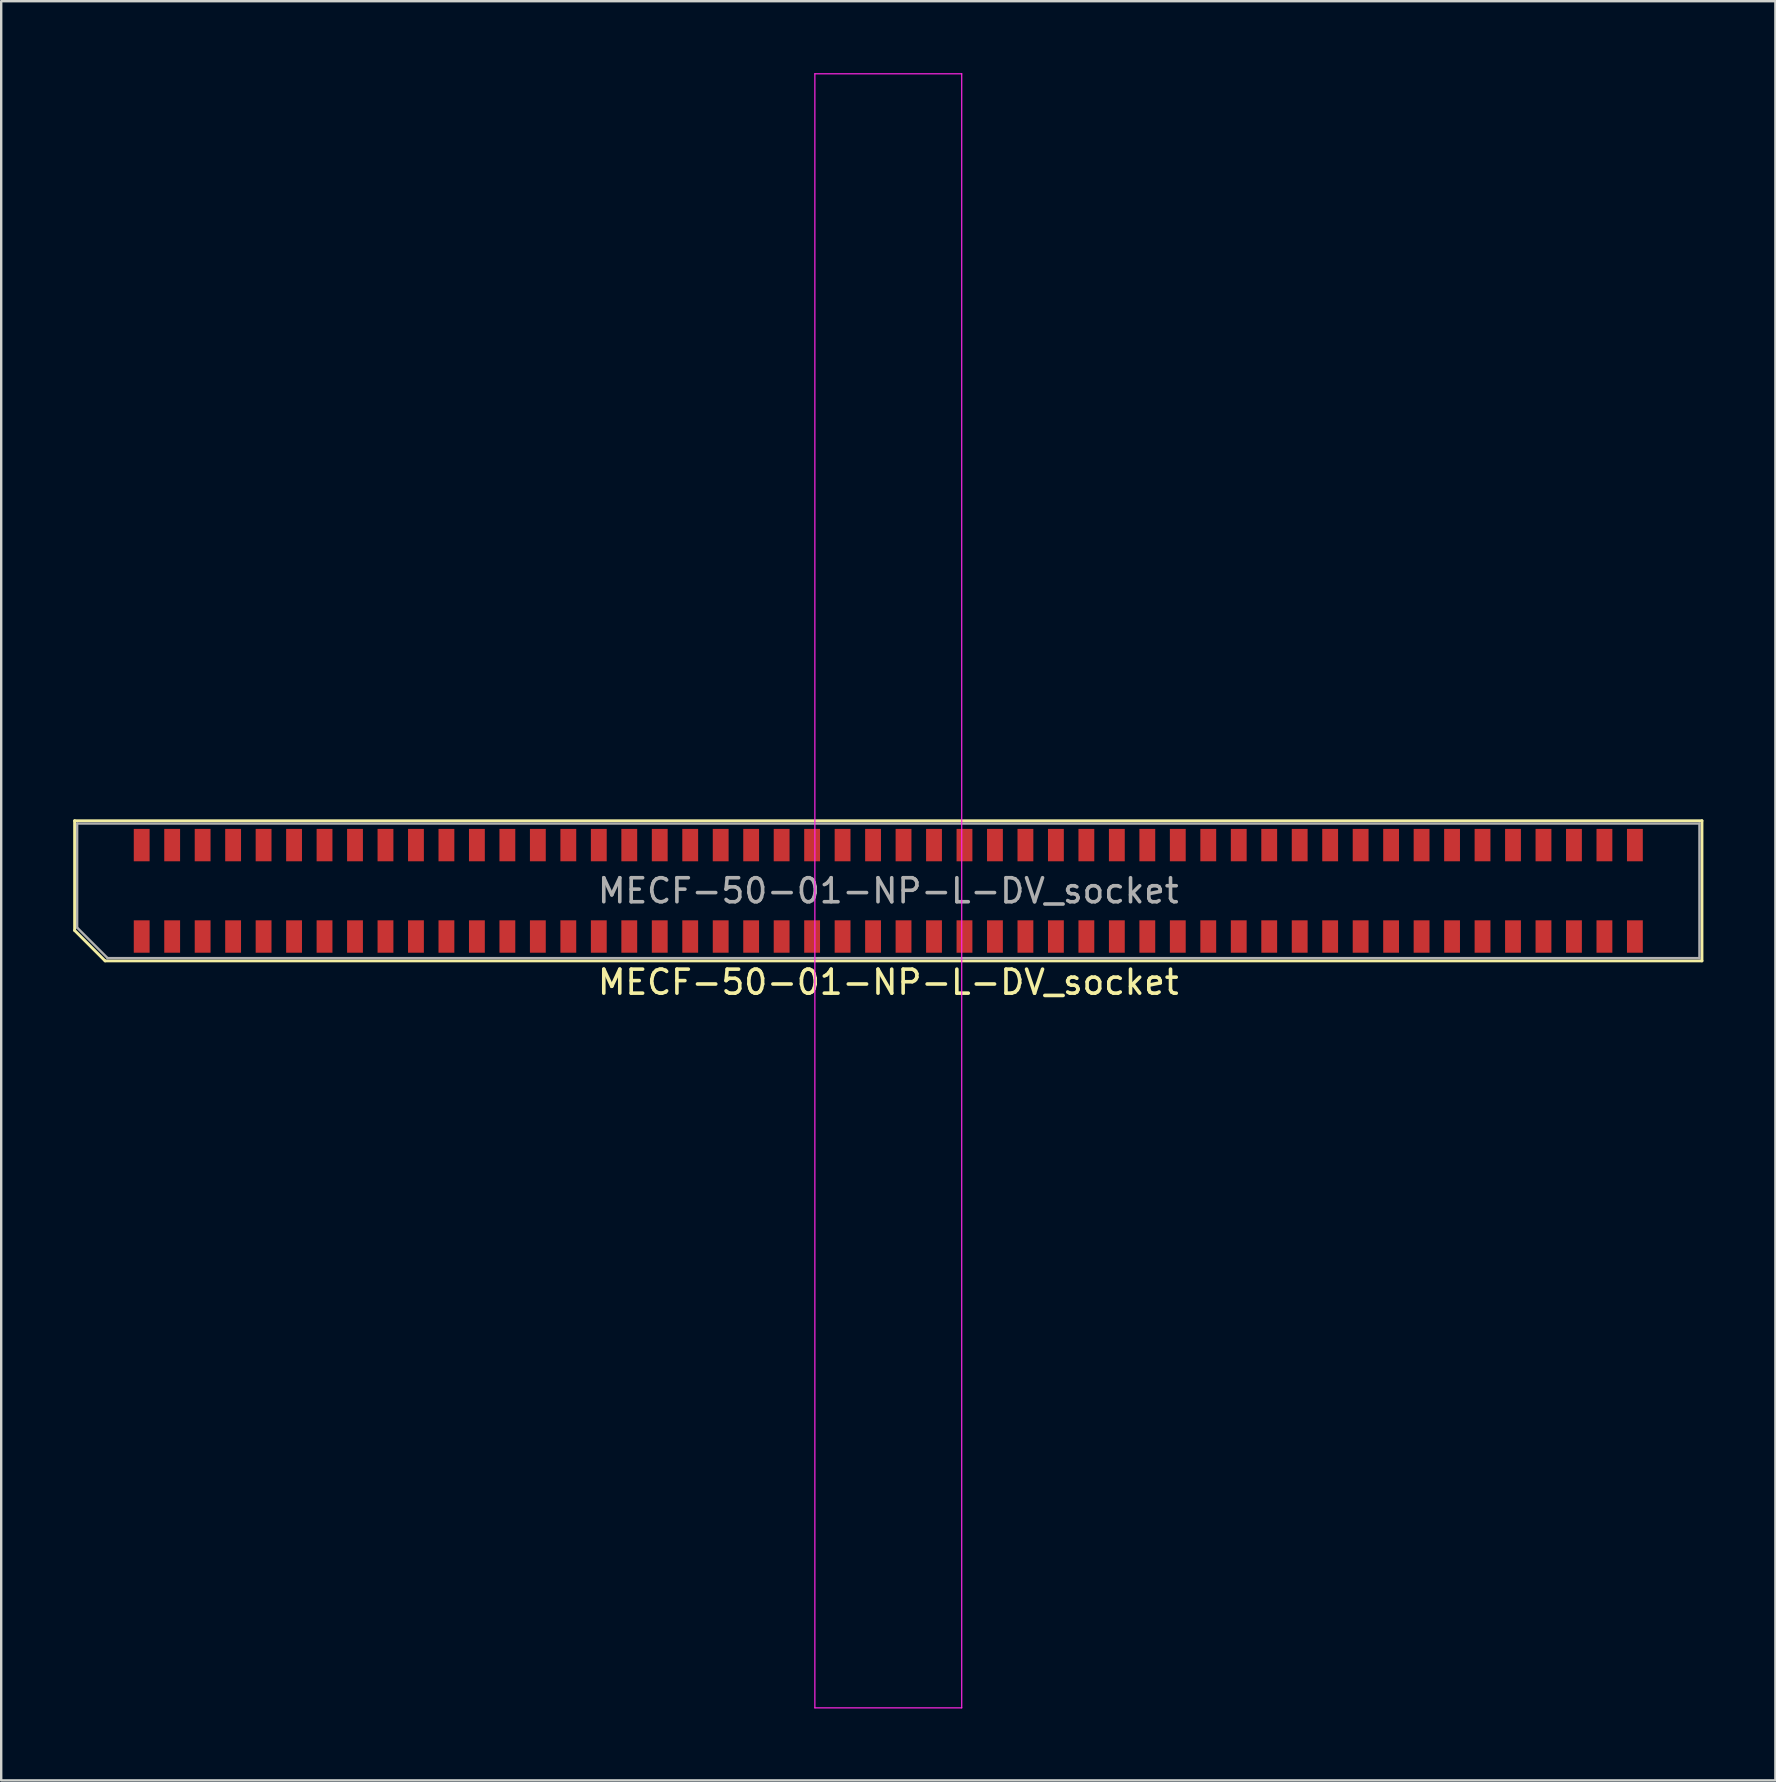
<source format=kicad_pcb>
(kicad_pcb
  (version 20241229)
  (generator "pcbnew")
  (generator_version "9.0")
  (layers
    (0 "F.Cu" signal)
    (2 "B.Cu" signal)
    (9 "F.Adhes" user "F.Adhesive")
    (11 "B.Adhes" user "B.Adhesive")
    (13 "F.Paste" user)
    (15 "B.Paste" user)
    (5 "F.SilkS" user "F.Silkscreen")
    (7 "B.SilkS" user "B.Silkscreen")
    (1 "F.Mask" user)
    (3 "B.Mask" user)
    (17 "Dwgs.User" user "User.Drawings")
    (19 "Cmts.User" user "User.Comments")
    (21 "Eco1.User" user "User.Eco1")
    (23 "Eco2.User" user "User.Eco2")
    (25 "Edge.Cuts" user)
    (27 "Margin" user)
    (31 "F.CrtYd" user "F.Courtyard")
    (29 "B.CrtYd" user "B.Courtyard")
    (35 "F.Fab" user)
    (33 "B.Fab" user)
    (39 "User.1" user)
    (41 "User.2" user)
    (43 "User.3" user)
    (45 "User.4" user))
  (footprint "MECF-50-01-NP-L-DV_socket"
    (layer "F.Cu")
    (at 33.97 34.075)
    (property "Reference" "MECF-50-01-NP-L-DV_socket" (at 0 3.81 0) (layer "F.SilkS") (effects (font (size 1 1) (thickness 0.15))))
    (attr smd)
    (fp_line (start -33.91 -2.92) (end 33.91 -2.92) (stroke (width 0.12) (type solid)) (layer "F.SilkS"))
    (fp_line (start -33.91 1.65) (end -33.91 -2.92) (stroke (width 0.12) (type solid)) (layer "F.SilkS"))
    (fp_line (start -32.64 2.92) (end -33.91 1.65) (stroke (width 0.12) (type solid)) (layer "F.SilkS"))
    (fp_line (start -32.64 2.92) (end 33.91 2.92) (stroke (width 0.12) (type solid)) (layer "F.SilkS"))
    (fp_line (start 33.91 2.92) (end 33.91 -2.92) (stroke (width 0.12) (type solid)) (layer "F.SilkS"))
    (fp_line (start -3.06 -34.05) (end -3.06 34.05) (stroke (width 0.05) (type solid)) (layer "F.CrtYd"))
    (fp_line (start -3.06 34.05) (end 3.06 34.05) (stroke (width 0.05) (type solid)) (layer "F.CrtYd"))
    (fp_line (start 3.06 -34.05) (end -3.06 -34.05) (stroke (width 0.05) (type solid)) (layer "F.CrtYd"))
    (fp_line (start 3.06 34.05) (end 3.06 -34.05) (stroke (width 0.05) (type solid)) (layer "F.CrtYd"))
    (fp_line (start -33.805 -2.805) (end 33.805 -2.805) (stroke (width 0.1) (type solid)) (layer "F.Fab"))
    (fp_line (start -33.805 1.535) (end -33.805 -2.805) (stroke (width 0.1) (type solid)) (layer "F.Fab"))
    (fp_line (start -33.805 1.535) (end -32.535 2.805) (stroke (width 0.1) (type solid)) (layer "F.Fab"))
    (fp_line (start -32.535 2.805) (end 33.805 2.805) (stroke (width 0.1) (type solid)) (layer "F.Fab"))
    (fp_line (start 33.805 2.805) (end 33.805 -2.805) (stroke (width 0.1) (type solid)) (layer "F.Fab"))
    (fp_text user "${REFERENCE}" (at 0 0 0) (layer "F.Fab") (effects (font (size 1 1) (thickness 0.15))))
    (pad "" np_thru_hole circle (at -32.895 0) (size 0.001 0.001) (drill 1.45) (layers "*.Cu" "*.Mask"))
    (pad "" np_thru_hole circle (at 32.895 1) (size 0.001 0.001) (drill 1.45) (layers "*.Cu" "*.Mask"))
    (pad "1" smd rect (at -31.115 1.905) (size 0.66 1.35) (layers "F.Cu" "F.Mask" "F.Paste"))
    (pad "2" smd rect (at -31.115 -1.905) (size 0.66 1.35) (layers "F.Cu" "F.Mask" "F.Paste"))
    (pad "3" smd rect (at -29.845 1.905) (size 0.66 1.35) (layers "F.Cu" "F.Mask" "F.Paste"))
    (pad "4" smd rect (at -29.845 -1.905) (size 0.66 1.35) (layers "F.Cu" "F.Mask" "F.Paste"))
    (pad "5" smd rect (at -28.575 1.905) (size 0.66 1.35) (layers "F.Cu" "F.Mask" "F.Paste"))
    (pad "6" smd rect (at -28.575 -1.905) (size 0.66 1.35) (layers "F.Cu" "F.Mask" "F.Paste"))
    (pad "7" smd rect (at -27.305 1.905) (size 0.66 1.35) (layers "F.Cu" "F.Mask" "F.Paste"))
    (pad "8" smd rect (at -27.305 -1.905) (size 0.66 1.35) (layers "F.Cu" "F.Mask" "F.Paste"))
    (pad "9" smd rect (at -26.035 1.905) (size 0.66 1.35) (layers "F.Cu" "F.Mask" "F.Paste"))
    (pad "10" smd rect (at -26.035 -1.905) (size 0.66 1.35) (layers "F.Cu" "F.Mask" "F.Paste"))
    (pad "11" smd rect (at -24.765 1.905) (size 0.66 1.35) (layers "F.Cu" "F.Mask" "F.Paste"))
    (pad "12" smd rect (at -24.765 -1.905) (size 0.66 1.35) (layers "F.Cu" "F.Mask" "F.Paste"))
    (pad "13" smd rect (at -23.495 1.905) (size 0.66 1.35) (layers "F.Cu" "F.Mask" "F.Paste"))
    (pad "14" smd rect (at -23.495 -1.905) (size 0.66 1.35) (layers "F.Cu" "F.Mask" "F.Paste"))
    (pad "15" smd rect (at -22.225 1.905) (size 0.66 1.35) (layers "F.Cu" "F.Mask" "F.Paste"))
    (pad "16" smd rect (at -22.225 -1.905) (size 0.66 1.35) (layers "F.Cu" "F.Mask" "F.Paste"))
    (pad "17" smd rect (at -20.955 1.905) (size 0.66 1.35) (layers "F.Cu" "F.Mask" "F.Paste"))
    (pad "18" smd rect (at -20.955 -1.905) (size 0.66 1.35) (layers "F.Cu" "F.Mask" "F.Paste"))
    (pad "19" smd rect (at -19.685 1.905) (size 0.66 1.35) (layers "F.Cu" "F.Mask" "F.Paste"))
    (pad "20" smd rect (at -19.685 -1.905) (size 0.66 1.35) (layers "F.Cu" "F.Mask" "F.Paste"))
    (pad "21" smd rect (at -18.415 1.905) (size 0.66 1.35) (layers "F.Cu" "F.Mask" "F.Paste"))
    (pad "22" smd rect (at -18.415 -1.905) (size 0.66 1.35) (layers "F.Cu" "F.Mask" "F.Paste"))
    (pad "23" smd rect (at -17.145 1.905) (size 0.66 1.35) (layers "F.Cu" "F.Mask" "F.Paste"))
    (pad "24" smd rect (at -17.145 -1.905) (size 0.66 1.35) (layers "F.Cu" "F.Mask" "F.Paste"))
    (pad "25" smd rect (at -15.875 1.905) (size 0.66 1.35) (layers "F.Cu" "F.Mask" "F.Paste"))
    (pad "26" smd rect (at -15.875 -1.905) (size 0.66 1.35) (layers "F.Cu" "F.Mask" "F.Paste"))
    (pad "27" smd rect (at -14.605 1.905) (size 0.66 1.35) (layers "F.Cu" "F.Mask" "F.Paste"))
    (pad "28" smd rect (at -14.605 -1.905) (size 0.66 1.35) (layers "F.Cu" "F.Mask" "F.Paste"))
    (pad "29" smd rect (at -13.335 1.905) (size 0.66 1.35) (layers "F.Cu" "F.Mask" "F.Paste"))
    (pad "30" smd rect (at -13.335 -1.905) (size 0.66 1.35) (layers "F.Cu" "F.Mask" "F.Paste"))
    (pad "31" smd rect (at -12.065 1.905) (size 0.66 1.35) (layers "F.Cu" "F.Mask" "F.Paste"))
    (pad "32" smd rect (at -12.065 -1.905) (size 0.66 1.35) (layers "F.Cu" "F.Mask" "F.Paste"))
    (pad "33" smd rect (at -10.795 1.905) (size 0.66 1.35) (layers "F.Cu" "F.Mask" "F.Paste"))
    (pad "34" smd rect (at -10.795 -1.905) (size 0.66 1.35) (layers "F.Cu" "F.Mask" "F.Paste"))
    (pad "35" smd rect (at -9.525 1.905) (size 0.66 1.35) (layers "F.Cu" "F.Mask" "F.Paste"))
    (pad "36" smd rect (at -9.525 -1.905) (size 0.66 1.35) (layers "F.Cu" "F.Mask" "F.Paste"))
    (pad "37" smd rect (at -8.255 1.905) (size 0.66 1.35) (layers "F.Cu" "F.Mask" "F.Paste"))
    (pad "38" smd rect (at -8.255 -1.905) (size 0.66 1.35) (layers "F.Cu" "F.Mask" "F.Paste"))
    (pad "39" smd rect (at -6.985 1.905) (size 0.66 1.35) (layers "F.Cu" "F.Mask" "F.Paste"))
    (pad "40" smd rect (at -6.985 -1.905) (size 0.66 1.35) (layers "F.Cu" "F.Mask" "F.Paste"))
    (pad "41" smd rect (at -5.715 1.905) (size 0.66 1.35) (layers "F.Cu" "F.Mask" "F.Paste"))
    (pad "42" smd rect (at -5.715 -1.905) (size 0.66 1.35) (layers "F.Cu" "F.Mask" "F.Paste"))
    (pad "43" smd rect (at -4.445 1.905) (size 0.66 1.35) (layers "F.Cu" "F.Mask" "F.Paste"))
    (pad "44" smd rect (at -4.445 -1.905) (size 0.66 1.35) (layers "F.Cu" "F.Mask" "F.Paste"))
    (pad "45" smd rect (at -3.175 1.905) (size 0.66 1.35) (layers "F.Cu" "F.Mask" "F.Paste"))
    (pad "46" smd rect (at -3.175 -1.905) (size 0.66 1.35) (layers "F.Cu" "F.Mask" "F.Paste"))
    (pad "47" smd rect (at -1.905 1.905) (size 0.66 1.35) (layers "F.Cu" "F.Mask" "F.Paste"))
    (pad "48" smd rect (at -1.905 -1.905) (size 0.66 1.35) (layers "F.Cu" "F.Mask" "F.Paste"))
    (pad "49" smd rect (at -0.635 1.905) (size 0.66 1.35) (layers "F.Cu" "F.Mask" "F.Paste"))
    (pad "50" smd rect (at -0.635 -1.905) (size 0.66 1.35) (layers "F.Cu" "F.Mask" "F.Paste"))
    (pad "51" smd rect (at 0.635 1.905) (size 0.66 1.35) (layers "F.Cu" "F.Mask" "F.Paste"))
    (pad "52" smd rect (at 0.635 -1.905) (size 0.66 1.35) (layers "F.Cu" "F.Mask" "F.Paste"))
    (pad "53" smd rect (at 1.905 1.905) (size 0.66 1.35) (layers "F.Cu" "F.Mask" "F.Paste"))
    (pad "54" smd rect (at 1.905 -1.905) (size 0.66 1.35) (layers "F.Cu" "F.Mask" "F.Paste"))
    (pad "55" smd rect (at 3.175 1.905) (size 0.66 1.35) (layers "F.Cu" "F.Mask" "F.Paste"))
    (pad "56" smd rect (at 3.175 -1.905) (size 0.66 1.35) (layers "F.Cu" "F.Mask" "F.Paste"))
    (pad "57" smd rect (at 4.445 1.905) (size 0.66 1.35) (layers "F.Cu" "F.Mask" "F.Paste"))
    (pad "58" smd rect (at 4.445 -1.905) (size 0.66 1.35) (layers "F.Cu" "F.Mask" "F.Paste"))
    (pad "59" smd rect (at 5.715 1.905) (size 0.66 1.35) (layers "F.Cu" "F.Mask" "F.Paste"))
    (pad "60" smd rect (at 5.715 -1.905) (size 0.66 1.35) (layers "F.Cu" "F.Mask" "F.Paste"))
    (pad "61" smd rect (at 6.985 1.905) (size 0.66 1.35) (layers "F.Cu" "F.Mask" "F.Paste"))
    (pad "62" smd rect (at 6.985 -1.905) (size 0.66 1.35) (layers "F.Cu" "F.Mask" "F.Paste"))
    (pad "63" smd rect (at 8.255 1.905) (size 0.66 1.35) (layers "F.Cu" "F.Mask" "F.Paste"))
    (pad "64" smd rect (at 8.255 -1.905) (size 0.66 1.35) (layers "F.Cu" "F.Mask" "F.Paste"))
    (pad "65" smd rect (at 9.525 1.905) (size 0.66 1.35) (layers "F.Cu" "F.Mask" "F.Paste"))
    (pad "66" smd rect (at 9.525 -1.905) (size 0.66 1.35) (layers "F.Cu" "F.Mask" "F.Paste"))
    (pad "67" smd rect (at 10.795 1.905) (size 0.66 1.35) (layers "F.Cu" "F.Mask" "F.Paste"))
    (pad "68" smd rect (at 10.795 -1.905) (size 0.66 1.35) (layers "F.Cu" "F.Mask" "F.Paste"))
    (pad "69" smd rect (at 12.065 1.905) (size 0.66 1.35) (layers "F.Cu" "F.Mask" "F.Paste"))
    (pad "70" smd rect (at 12.065 -1.905) (size 0.66 1.35) (layers "F.Cu" "F.Mask" "F.Paste"))
    (pad "71" smd rect (at 13.335 1.905) (size 0.66 1.35) (layers "F.Cu" "F.Mask" "F.Paste"))
    (pad "72" smd rect (at 13.335 -1.905) (size 0.66 1.35) (layers "F.Cu" "F.Mask" "F.Paste"))
    (pad "73" smd rect (at 14.605 1.905) (size 0.66 1.35) (layers "F.Cu" "F.Mask" "F.Paste"))
    (pad "74" smd rect (at 14.605 -1.905) (size 0.66 1.35) (layers "F.Cu" "F.Mask" "F.Paste"))
    (pad "75" smd rect (at 15.875 1.905) (size 0.66 1.35) (layers "F.Cu" "F.Mask" "F.Paste"))
    (pad "76" smd rect (at 15.875 -1.905) (size 0.66 1.35) (layers "F.Cu" "F.Mask" "F.Paste"))
    (pad "77" smd rect (at 17.145 1.905) (size 0.66 1.35) (layers "F.Cu" "F.Mask" "F.Paste"))
    (pad "78" smd rect (at 17.145 -1.905) (size 0.66 1.35) (layers "F.Cu" "F.Mask" "F.Paste"))
    (pad "79" smd rect (at 18.415 1.905) (size 0.66 1.35) (layers "F.Cu" "F.Mask" "F.Paste"))
    (pad "80" smd rect (at 18.415 -1.905) (size 0.66 1.35) (layers "F.Cu" "F.Mask" "F.Paste"))
    (pad "81" smd rect (at 19.685 1.905) (size 0.66 1.35) (layers "F.Cu" "F.Mask" "F.Paste"))
    (pad "82" smd rect (at 19.685 -1.905) (size 0.66 1.35) (layers "F.Cu" "F.Mask" "F.Paste"))
    (pad "83" smd rect (at 20.955 1.905) (size 0.66 1.35) (layers "F.Cu" "F.Mask" "F.Paste"))
    (pad "84" smd rect (at 20.955 -1.905) (size 0.66 1.35) (layers "F.Cu" "F.Mask" "F.Paste"))
    (pad "85" smd rect (at 22.225 1.905) (size 0.66 1.35) (layers "F.Cu" "F.Mask" "F.Paste"))
    (pad "86" smd rect (at 22.225 -1.905) (size 0.66 1.35) (layers "F.Cu" "F.Mask" "F.Paste"))
    (pad "87" smd rect (at 23.495 1.905) (size 0.66 1.35) (layers "F.Cu" "F.Mask" "F.Paste"))
    (pad "88" smd rect (at 23.495 -1.905) (size 0.66 1.35) (layers "F.Cu" "F.Mask" "F.Paste"))
    (pad "89" smd rect (at 24.765 1.905) (size 0.66 1.35) (layers "F.Cu" "F.Mask" "F.Paste"))
    (pad "90" smd rect (at 24.765 -1.905) (size 0.66 1.35) (layers "F.Cu" "F.Mask" "F.Paste"))
    (pad "91" smd rect (at 26.035 1.905) (size 0.66 1.35) (layers "F.Cu" "F.Mask" "F.Paste"))
    (pad "92" smd rect (at 26.035 -1.905) (size 0.66 1.35) (layers "F.Cu" "F.Mask" "F.Paste"))
    (pad "93" smd rect (at 27.305 1.905) (size 0.66 1.35) (layers "F.Cu" "F.Mask" "F.Paste"))
    (pad "94" smd rect (at 27.305 -1.905) (size 0.66 1.35) (layers "F.Cu" "F.Mask" "F.Paste"))
    (pad "95" smd rect (at 28.575 1.905) (size 0.66 1.35) (layers "F.Cu" "F.Mask" "F.Paste"))
    (pad "96" smd rect (at 28.575 -1.905) (size 0.66 1.35) (layers "F.Cu" "F.Mask" "F.Paste"))
    (pad "97" smd rect (at 29.845 1.905) (size 0.66 1.35) (layers "F.Cu" "F.Mask" "F.Paste"))
    (pad "98" smd rect (at 29.845 -1.905) (size 0.66 1.35) (layers "F.Cu" "F.Mask" "F.Paste"))
    (pad "99" smd rect (at 31.115 1.905) (size 0.66 1.35) (layers "F.Cu" "F.Mask" "F.Paste"))
    (pad "100" smd rect (at 31.115 -1.905) (size 0.66 1.35) (layers "F.Cu" "F.Mask" "F.Paste")))
  (gr_rect
    (start -3 -3)
    (end 70.94 71.15)
    (stroke (width 0.1) (type default))
    (fill no)
    (layer "Edge.Cuts")))
</source>
